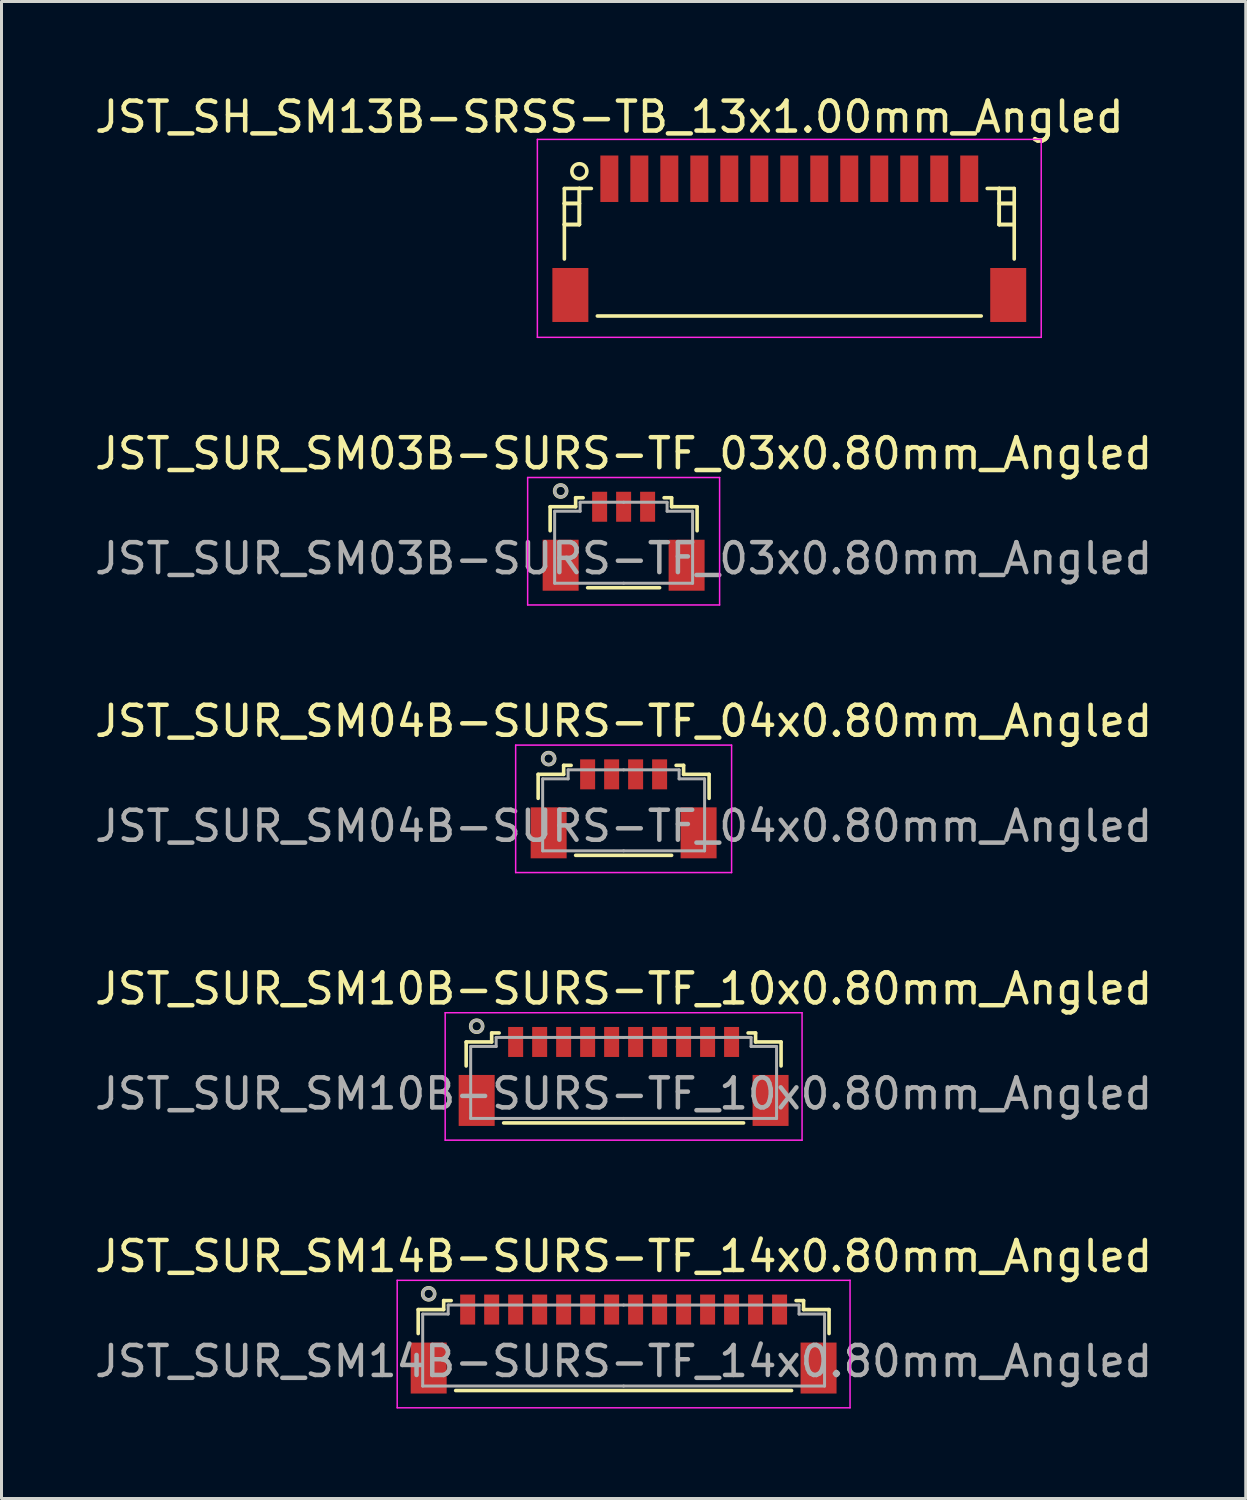
<source format=kicad_pcb>
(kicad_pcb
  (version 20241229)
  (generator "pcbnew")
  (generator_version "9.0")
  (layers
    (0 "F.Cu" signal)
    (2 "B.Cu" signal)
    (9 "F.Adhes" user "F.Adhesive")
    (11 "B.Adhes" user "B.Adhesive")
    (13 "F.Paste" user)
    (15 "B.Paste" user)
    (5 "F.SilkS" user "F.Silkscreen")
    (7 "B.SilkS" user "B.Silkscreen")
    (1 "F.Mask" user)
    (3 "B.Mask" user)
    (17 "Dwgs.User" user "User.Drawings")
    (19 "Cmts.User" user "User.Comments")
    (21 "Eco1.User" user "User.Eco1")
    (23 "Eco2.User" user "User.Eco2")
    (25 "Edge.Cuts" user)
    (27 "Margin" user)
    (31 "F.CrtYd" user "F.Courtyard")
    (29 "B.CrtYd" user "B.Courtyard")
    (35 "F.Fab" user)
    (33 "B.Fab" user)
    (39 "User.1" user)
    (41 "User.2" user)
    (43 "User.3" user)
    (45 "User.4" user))
  (footprint "JST_SH_SM13B-SRSS-TB_13x1.00mm_Angled"
    (layer "F.Cu")
    (at 23.268 4.848)
    (property "Reference" "JST_SH_SM13B-SRSS-TB_13x1.00mm_Angled" (at -6 -4 0) (layer "F.SilkS") (effects (font (size 1 1) (thickness 0.15))))
    (attr smd)
    (fp_line (start -7.5 -1.613) (end -6.6 -1.613) (stroke (width 0.12) (type solid)) (layer "F.SilkS"))
    (fp_line (start -7.5 -1.113) (end -7.5 -1.113) (stroke (width 0.12) (type solid)) (layer "F.SilkS"))
    (fp_line (start -7.5 -1.113) (end -7 -1.113) (stroke (width 0.12) (type solid)) (layer "F.SilkS"))
    (fp_line (start -7.5 -0.412) (end -7.5 -0.412) (stroke (width 0.12) (type solid)) (layer "F.SilkS"))
    (fp_line (start -7.5 -0.412) (end -7 -0.412) (stroke (width 0.12) (type solid)) (layer "F.SilkS"))
    (fp_line (start -7.5 0.738) (end -7.5 -1.613) (stroke (width 0.12) (type solid)) (layer "F.SilkS"))
    (fp_line (start -7 -1.613) (end -7 -1.613) (stroke (width 0.12) (type solid)) (layer "F.SilkS"))
    (fp_line (start -7 -1.613) (end -7 -0.412) (stroke (width 0.12) (type solid)) (layer "F.SilkS"))
    (fp_line (start -7 -1.113) (end -7.5 -1.113) (stroke (width 0.12) (type solid)) (layer "F.SilkS"))
    (fp_line (start -7 -1.113) (end -7 -1.113) (stroke (width 0.12) (type solid)) (layer "F.SilkS"))
    (fp_line (start -7 -0.412) (end -7.5 -0.412) (stroke (width 0.12) (type solid)) (layer "F.SilkS"))
    (fp_line (start -7 -0.412) (end -7 -1.613) (stroke (width 0.12) (type solid)) (layer "F.SilkS"))
    (fp_line (start -7 -0.412) (end -7 -0.412) (stroke (width 0.12) (type solid)) (layer "F.SilkS"))
    (fp_line (start -7 -0.412) (end -7 -0.412) (stroke (width 0.12) (type solid)) (layer "F.SilkS"))
    (fp_line (start -6.4 2.638) (end 6.4 2.638) (stroke (width 0.12) (type solid)) (layer "F.SilkS"))
    (fp_line (start 7 -1.613) (end 7 -1.613) (stroke (width 0.12) (type solid)) (layer "F.SilkS"))
    (fp_line (start 7 -1.613) (end 7 -0.412) (stroke (width 0.12) (type solid)) (layer "F.SilkS"))
    (fp_line (start 7 -1.113) (end 7 -1.113) (stroke (width 0.12) (type solid)) (layer "F.SilkS"))
    (fp_line (start 7 -1.113) (end 7.5 -1.113) (stroke (width 0.12) (type solid)) (layer "F.SilkS"))
    (fp_line (start 7 -0.412) (end 7 -1.613) (stroke (width 0.12) (type solid)) (layer "F.SilkS"))
    (fp_line (start 7 -0.412) (end 7 -0.412) (stroke (width 0.12) (type solid)) (layer "F.SilkS"))
    (fp_line (start 7 -0.412) (end 7 -0.412) (stroke (width 0.12) (type solid)) (layer "F.SilkS"))
    (fp_line (start 7 -0.412) (end 7.5 -0.412) (stroke (width 0.12) (type solid)) (layer "F.SilkS"))
    (fp_line (start 7.5 -1.613) (end 6.6 -1.613) (stroke (width 0.12) (type solid)) (layer "F.SilkS"))
    (fp_line (start 7.5 -1.113) (end 7 -1.113) (stroke (width 0.12) (type solid)) (layer "F.SilkS"))
    (fp_line (start 7.5 -1.113) (end 7.5 -1.113) (stroke (width 0.12) (type solid)) (layer "F.SilkS"))
    (fp_line (start 7.5 -0.412) (end 7 -0.412) (stroke (width 0.12) (type solid)) (layer "F.SilkS"))
    (fp_line (start 7.5 -0.412) (end 7.5 -0.412) (stroke (width 0.12) (type solid)) (layer "F.SilkS"))
    (fp_line (start 7.5 0.738) (end 7.5 -1.613) (stroke (width 0.12) (type solid)) (layer "F.SilkS"))
    (fp_circle (center -7 -2.188) (end -6.75 -2.188) (stroke (width 0.12) (type solid)) (fill no) (layer "F.SilkS"))
    (fp_line (start -8.4 -3.25) (end 8.4 -3.25) (stroke (width 0.05) (type solid)) (layer "F.CrtYd"))
    (fp_line (start -8.4 3.35) (end -8.4 -3.25) (stroke (width 0.05) (type solid)) (layer "F.CrtYd"))
    (fp_line (start 8.4 -3.25) (end 8.4 3.35) (stroke (width 0.05) (type solid)) (layer "F.CrtYd"))
    (fp_line (start 8.4 3.35) (end -8.4 3.35) (stroke (width 0.05) (type solid)) (layer "F.CrtYd"))
    (pad "" smd rect (at -7.3 1.938) (size 1.2 1.8) (layers "F.Cu" "F.Mask" "F.Paste"))
    (pad "" smd rect (at 7.3 1.938) (size 1.2 1.8) (layers "F.Cu" "F.Mask" "F.Paste"))
    (pad "1" smd rect (at -6 -1.938) (size 0.6 1.55) (layers "F.Cu" "F.Mask" "F.Paste"))
    (pad "2" smd rect (at -5 -1.938) (size 0.6 1.55) (layers "F.Cu" "F.Mask" "F.Paste"))
    (pad "3" smd rect (at -4 -1.938) (size 0.6 1.55) (layers "F.Cu" "F.Mask" "F.Paste"))
    (pad "4" smd rect (at -3 -1.938) (size 0.6 1.55) (layers "F.Cu" "F.Mask" "F.Paste"))
    (pad "5" smd rect (at -2 -1.938) (size 0.6 1.55) (layers "F.Cu" "F.Mask" "F.Paste"))
    (pad "6" smd rect (at -1 -1.938) (size 0.6 1.55) (layers "F.Cu" "F.Mask" "F.Paste"))
    (pad "7" smd rect (at 0 -1.938) (size 0.6 1.55) (layers "F.Cu" "F.Mask" "F.Paste"))
    (pad "8" smd rect (at 1 -1.938) (size 0.6 1.55) (layers "F.Cu" "F.Mask" "F.Paste"))
    (pad "9" smd rect (at 2 -1.938) (size 0.6 1.55) (layers "F.Cu" "F.Mask" "F.Paste"))
    (pad "10" smd rect (at 3 -1.938) (size 0.6 1.55) (layers "F.Cu" "F.Mask" "F.Paste"))
    (pad "11" smd rect (at 4 -1.938) (size 0.6 1.55) (layers "F.Cu" "F.Mask" "F.Paste"))
    (pad "12" smd rect (at 5 -1.938) (size 0.6 1.55) (layers "F.Cu" "F.Mask" "F.Paste"))
    (pad "13" smd rect (at 6 -1.938) (size 0.6 1.55) (layers "F.Cu" "F.Mask" "F.Paste")))
  (footprint "JST_SUR_SM14B-SURS-TF_14x0.80mm_Angled"
    (layer "F.Cu")
    (at 17.744 41.591)
    (property "Reference" "JST_SUR_SM14B-SURS-TF_14x0.80mm_Angled" (at 0 -2.75 0) (layer "F.SilkS") (effects (font (size 1 1) (thickness 0.15))))
    (attr smd)
    (fp_line (start -6.85 -0.975) (end -6.85 -0.175) (stroke (width 0.12) (type solid)) (layer "F.SilkS"))
    (fp_line (start -6 -1.275) (end -6 -0.975) (stroke (width 0.12) (type solid)) (layer "F.SilkS"))
    (fp_line (start -6 -0.975) (end -6.85 -0.975) (stroke (width 0.12) (type solid)) (layer "F.SilkS"))
    (fp_line (start -5.75 -1.275) (end -6 -1.275) (stroke (width 0.12) (type solid)) (layer "F.SilkS"))
    (fp_line (start -5.6 1.725) (end 5.6 1.725) (stroke (width 0.12) (type solid)) (layer "F.SilkS"))
    (fp_line (start 5.75 -1.275) (end 6 -1.275) (stroke (width 0.12) (type solid)) (layer "F.SilkS"))
    (fp_line (start 6 -1.275) (end 6 -0.975) (stroke (width 0.12) (type solid)) (layer "F.SilkS"))
    (fp_line (start 6 -0.975) (end 6.85 -0.975) (stroke (width 0.12) (type solid)) (layer "F.SilkS"))
    (fp_line (start 6.85 -0.975) (end 6.85 -0.175) (stroke (width 0.12) (type solid)) (layer "F.SilkS"))
    (fp_circle (center -6.5 -1.5) (end -6.3 -1.5) (stroke (width 0.12) (type solid)) (fill no) (layer "F.SilkS"))
    (fp_line (start -7.55 -1.95) (end 7.55 -1.95) (stroke (width 0.05) (type solid)) (layer "F.CrtYd"))
    (fp_line (start -7.55 2.3) (end -7.55 -1.95) (stroke (width 0.05) (type solid)) (layer "F.CrtYd"))
    (fp_line (start 7.55 -1.95) (end 7.55 2.3) (stroke (width 0.05) (type solid)) (layer "F.CrtYd"))
    (fp_line (start 7.55 2.3) (end -7.55 2.3) (stroke (width 0.05) (type solid)) (layer "F.CrtYd"))
    (fp_line (start -6.7 -0.825) (end -6.7 1.575) (stroke (width 0.1) (type solid)) (layer "F.Fab"))
    (fp_line (start -6.7 1.575) (end 0 1.575) (stroke (width 0.1) (type solid)) (layer "F.Fab"))
    (fp_line (start -5.85 -1.125) (end -5.85 -0.825) (stroke (width 0.1) (type solid)) (layer "F.Fab"))
    (fp_line (start -5.85 -0.825) (end -6.7 -0.825) (stroke (width 0.1) (type solid)) (layer "F.Fab"))
    (fp_line (start 0 -1.125) (end -5.85 -1.125) (stroke (width 0.1) (type solid)) (layer "F.Fab"))
    (fp_line (start 0 -1.125) (end 5.85 -1.125) (stroke (width 0.1) (type solid)) (layer "F.Fab"))
    (fp_line (start 5.85 -1.125) (end 5.85 -0.825) (stroke (width 0.1) (type solid)) (layer "F.Fab"))
    (fp_line (start 5.85 -0.825) (end 6.7 -0.825) (stroke (width 0.1) (type solid)) (layer "F.Fab"))
    (fp_line (start 6.7 -0.825) (end 6.7 1.575) (stroke (width 0.1) (type solid)) (layer "F.Fab"))
    (fp_line (start 6.7 1.575) (end 0 1.575) (stroke (width 0.1) (type solid)) (layer "F.Fab"))
    (fp_circle (center -6.5 -1.5) (end -6.3 -1.5) (stroke (width 0.1) (type solid)) (fill no) (layer "F.Fab"))
    (fp_text user "${REFERENCE}" (at 0 0.75 0) (layer "F.Fab") (effects (font (size 1 1) (thickness 0.15))))
    (pad "" smd rect (at -6.5 0.975) (size 1.2 1.7) (layers "F.Cu" "F.Mask" "F.Paste"))
    (pad "" smd rect (at 6.5 0.975) (size 1.2 1.7) (layers "F.Cu" "F.Mask" "F.Paste"))
    (pad "1" smd rect (at -5.2 -0.975) (size 0.5 1) (layers "F.Cu" "F.Mask" "F.Paste"))
    (pad "2" smd rect (at -4.4 -0.975) (size 0.5 1) (layers "F.Cu" "F.Mask" "F.Paste"))
    (pad "3" smd rect (at -3.6 -0.975) (size 0.5 1) (layers "F.Cu" "F.Mask" "F.Paste"))
    (pad "4" smd rect (at -2.8 -0.975) (size 0.5 1) (layers "F.Cu" "F.Mask" "F.Paste"))
    (pad "5" smd rect (at -2 -0.975) (size 0.5 1) (layers "F.Cu" "F.Mask" "F.Paste"))
    (pad "6" smd rect (at -1.2 -0.975) (size 0.5 1) (layers "F.Cu" "F.Mask" "F.Paste"))
    (pad "7" smd rect (at -0.4 -0.975) (size 0.5 1) (layers "F.Cu" "F.Mask" "F.Paste"))
    (pad "8" smd rect (at 0.4 -0.975) (size 0.5 1) (layers "F.Cu" "F.Mask" "F.Paste"))
    (pad "9" smd rect (at 1.2 -0.975) (size 0.5 1) (layers "F.Cu" "F.Mask" "F.Paste"))
    (pad "10" smd rect (at 2 -0.975) (size 0.5 1) (layers "F.Cu" "F.Mask" "F.Paste"))
    (pad "11" smd rect (at 2.8 -0.975) (size 0.5 1) (layers "F.Cu" "F.Mask" "F.Paste"))
    (pad "12" smd rect (at 3.6 -0.975) (size 0.5 1) (layers "F.Cu" "F.Mask" "F.Paste"))
    (pad "13" smd rect (at 4.4 -0.975) (size 0.5 1) (layers "F.Cu" "F.Mask" "F.Paste"))
    (pad "14" smd rect (at 5.2 -0.975) (size 0.5 1) (layers "F.Cu" "F.Mask" "F.Paste")))
  (footprint "JST_SUR_SM04B-SURS-TF_04x0.80mm_Angled"
    (layer "F.Cu")
    (at 17.744 23.745)
    (property "Reference" "JST_SUR_SM04B-SURS-TF_04x0.80mm_Angled" (at 0 -2.75 0) (layer "F.SilkS") (effects (font (size 1 1) (thickness 0.15))))
    (attr smd)
    (fp_line (start -2.85 -0.975) (end -2.85 -0.175) (stroke (width 0.12) (type solid)) (layer "F.SilkS"))
    (fp_line (start -2 -1.275) (end -2 -0.975) (stroke (width 0.12) (type solid)) (layer "F.SilkS"))
    (fp_line (start -2 -0.975) (end -2.85 -0.975) (stroke (width 0.12) (type solid)) (layer "F.SilkS"))
    (fp_line (start -1.75 -1.275) (end -2 -1.275) (stroke (width 0.12) (type solid)) (layer "F.SilkS"))
    (fp_line (start -1.6 1.725) (end 1.6 1.725) (stroke (width 0.12) (type solid)) (layer "F.SilkS"))
    (fp_line (start 1.75 -1.275) (end 2 -1.275) (stroke (width 0.12) (type solid)) (layer "F.SilkS"))
    (fp_line (start 2 -1.275) (end 2 -0.975) (stroke (width 0.12) (type solid)) (layer "F.SilkS"))
    (fp_line (start 2 -0.975) (end 2.85 -0.975) (stroke (width 0.12) (type solid)) (layer "F.SilkS"))
    (fp_line (start 2.85 -0.975) (end 2.85 -0.175) (stroke (width 0.12) (type solid)) (layer "F.SilkS"))
    (fp_circle (center -2.5 -1.5) (end -2.3 -1.5) (stroke (width 0.12) (type solid)) (fill no) (layer "F.SilkS"))
    (fp_line (start -3.6 -1.95) (end 3.6 -1.95) (stroke (width 0.05) (type solid)) (layer "F.CrtYd"))
    (fp_line (start -3.6 2.3) (end -3.6 -1.95) (stroke (width 0.05) (type solid)) (layer "F.CrtYd"))
    (fp_line (start 3.6 -1.95) (end 3.6 2.3) (stroke (width 0.05) (type solid)) (layer "F.CrtYd"))
    (fp_line (start 3.6 2.3) (end -3.6 2.3) (stroke (width 0.05) (type solid)) (layer "F.CrtYd"))
    (fp_line (start -2.7 -0.825) (end -2.7 1.575) (stroke (width 0.1) (type solid)) (layer "F.Fab"))
    (fp_line (start -2.7 1.575) (end 0 1.575) (stroke (width 0.1) (type solid)) (layer "F.Fab"))
    (fp_line (start -1.85 -1.125) (end -1.85 -0.825) (stroke (width 0.1) (type solid)) (layer "F.Fab"))
    (fp_line (start -1.85 -0.825) (end -2.7 -0.825) (stroke (width 0.1) (type solid)) (layer "F.Fab"))
    (fp_line (start 0 -1.125) (end -1.85 -1.125) (stroke (width 0.1) (type solid)) (layer "F.Fab"))
    (fp_line (start 0 -1.125) (end 1.85 -1.125) (stroke (width 0.1) (type solid)) (layer "F.Fab"))
    (fp_line (start 1.85 -1.125) (end 1.85 -0.825) (stroke (width 0.1) (type solid)) (layer "F.Fab"))
    (fp_line (start 1.85 -0.825) (end 2.7 -0.825) (stroke (width 0.1) (type solid)) (layer "F.Fab"))
    (fp_line (start 2.7 -0.825) (end 2.7 1.575) (stroke (width 0.1) (type solid)) (layer "F.Fab"))
    (fp_line (start 2.7 1.575) (end 0 1.575) (stroke (width 0.1) (type solid)) (layer "F.Fab"))
    (fp_circle (center -2.5 -1.5) (end -2.3 -1.5) (stroke (width 0.1) (type solid)) (fill no) (layer "F.Fab"))
    (fp_text user "${REFERENCE}" (at 0 0.75 0) (layer "F.Fab") (effects (font (size 1 1) (thickness 0.15))))
    (pad "" smd rect (at -2.5 0.975) (size 1.2 1.7) (layers "F.Cu" "F.Mask" "F.Paste"))
    (pad "" smd rect (at 2.5 0.975) (size 1.2 1.7) (layers "F.Cu" "F.Mask" "F.Paste"))
    (pad "1" smd rect (at -1.2 -0.975) (size 0.5 1) (layers "F.Cu" "F.Mask" "F.Paste"))
    (pad "2" smd rect (at -0.4 -0.975) (size 0.5 1) (layers "F.Cu" "F.Mask" "F.Paste"))
    (pad "3" smd rect (at 0.4 -0.975) (size 0.5 1) (layers "F.Cu" "F.Mask" "F.Paste"))
    (pad "4" smd rect (at 1.2 -0.975) (size 0.5 1) (layers "F.Cu" "F.Mask" "F.Paste")))
  (footprint "JST_SUR_SM10B-SURS-TF_10x0.80mm_Angled"
    (layer "F.Cu")
    (at 17.744 32.668)
    (property "Reference" "JST_SUR_SM10B-SURS-TF_10x0.80mm_Angled" (at 0 -2.75 0) (layer "F.SilkS") (effects (font (size 1 1) (thickness 0.15))))
    (attr smd)
    (fp_line (start -5.25 -0.975) (end -5.25 -0.175) (stroke (width 0.12) (type solid)) (layer "F.SilkS"))
    (fp_line (start -4.4 -1.275) (end -4.4 -0.975) (stroke (width 0.12) (type solid)) (layer "F.SilkS"))
    (fp_line (start -4.4 -0.975) (end -5.25 -0.975) (stroke (width 0.12) (type solid)) (layer "F.SilkS"))
    (fp_line (start -4.15 -1.275) (end -4.4 -1.275) (stroke (width 0.12) (type solid)) (layer "F.SilkS"))
    (fp_line (start -4 1.725) (end 4 1.725) (stroke (width 0.12) (type solid)) (layer "F.SilkS"))
    (fp_line (start 4.15 -1.275) (end 4.4 -1.275) (stroke (width 0.12) (type solid)) (layer "F.SilkS"))
    (fp_line (start 4.4 -1.275) (end 4.4 -0.975) (stroke (width 0.12) (type solid)) (layer "F.SilkS"))
    (fp_line (start 4.4 -0.975) (end 5.25 -0.975) (stroke (width 0.12) (type solid)) (layer "F.SilkS"))
    (fp_line (start 5.25 -0.975) (end 5.25 -0.175) (stroke (width 0.12) (type solid)) (layer "F.SilkS"))
    (fp_circle (center -4.9 -1.5) (end -4.7 -1.5) (stroke (width 0.12) (type solid)) (fill no) (layer "F.SilkS"))
    (fp_line (start -5.95 -1.95) (end 5.95 -1.95) (stroke (width 0.05) (type solid)) (layer "F.CrtYd"))
    (fp_line (start -5.95 2.3) (end -5.95 -1.95) (stroke (width 0.05) (type solid)) (layer "F.CrtYd"))
    (fp_line (start 5.95 -1.95) (end 5.95 2.3) (stroke (width 0.05) (type solid)) (layer "F.CrtYd"))
    (fp_line (start 5.95 2.3) (end -5.95 2.3) (stroke (width 0.05) (type solid)) (layer "F.CrtYd"))
    (fp_line (start -5.1 -0.825) (end -5.1 1.575) (stroke (width 0.1) (type solid)) (layer "F.Fab"))
    (fp_line (start -5.1 1.575) (end 0 1.575) (stroke (width 0.1) (type solid)) (layer "F.Fab"))
    (fp_line (start -4.25 -1.125) (end -4.25 -0.825) (stroke (width 0.1) (type solid)) (layer "F.Fab"))
    (fp_line (start -4.25 -0.825) (end -5.1 -0.825) (stroke (width 0.1) (type solid)) (layer "F.Fab"))
    (fp_line (start 0 -1.125) (end -4.25 -1.125) (stroke (width 0.1) (type solid)) (layer "F.Fab"))
    (fp_line (start 0 -1.125) (end 4.25 -1.125) (stroke (width 0.1) (type solid)) (layer "F.Fab"))
    (fp_line (start 4.25 -1.125) (end 4.25 -0.825) (stroke (width 0.1) (type solid)) (layer "F.Fab"))
    (fp_line (start 4.25 -0.825) (end 5.1 -0.825) (stroke (width 0.1) (type solid)) (layer "F.Fab"))
    (fp_line (start 5.1 -0.825) (end 5.1 1.575) (stroke (width 0.1) (type solid)) (layer "F.Fab"))
    (fp_line (start 5.1 1.575) (end 0 1.575) (stroke (width 0.1) (type solid)) (layer "F.Fab"))
    (fp_circle (center -4.9 -1.5) (end -4.7 -1.5) (stroke (width 0.1) (type solid)) (fill no) (layer "F.Fab"))
    (fp_text user "${REFERENCE}" (at 0 0.75 0) (layer "F.Fab") (effects (font (size 1 1) (thickness 0.15))))
    (pad "" smd rect (at -4.9 0.975) (size 1.2 1.7) (layers "F.Cu" "F.Mask" "F.Paste"))
    (pad "" smd rect (at 4.9 0.975) (size 1.2 1.7) (layers "F.Cu" "F.Mask" "F.Paste"))
    (pad "1" smd rect (at -3.6 -0.975) (size 0.5 1) (layers "F.Cu" "F.Mask" "F.Paste"))
    (pad "2" smd rect (at -2.8 -0.975) (size 0.5 1) (layers "F.Cu" "F.Mask" "F.Paste"))
    (pad "3" smd rect (at -2 -0.975) (size 0.5 1) (layers "F.Cu" "F.Mask" "F.Paste"))
    (pad "4" smd rect (at -1.2 -0.975) (size 0.5 1) (layers "F.Cu" "F.Mask" "F.Paste"))
    (pad "5" smd rect (at -0.4 -0.975) (size 0.5 1) (layers "F.Cu" "F.Mask" "F.Paste"))
    (pad "6" smd rect (at 0.4 -0.975) (size 0.5 1) (layers "F.Cu" "F.Mask" "F.Paste"))
    (pad "7" smd rect (at 1.2 -0.975) (size 0.5 1) (layers "F.Cu" "F.Mask" "F.Paste"))
    (pad "8" smd rect (at 2 -0.975) (size 0.5 1) (layers "F.Cu" "F.Mask" "F.Paste"))
    (pad "9" smd rect (at 2.8 -0.975) (size 0.5 1) (layers "F.Cu" "F.Mask" "F.Paste"))
    (pad "10" smd rect (at 3.6 -0.975) (size 0.5 1) (layers "F.Cu" "F.Mask" "F.Paste")))
  (footprint "JST_SUR_SM03B-SURS-TF_03x0.80mm_Angled"
    (layer "F.Cu")
    (at 17.744 14.822)
    (property "Reference" "JST_SUR_SM03B-SURS-TF_03x0.80mm_Angled" (at 0 -2.75 0) (layer "F.SilkS") (effects (font (size 1 1) (thickness 0.15))))
    (attr smd)
    (fp_line (start -2.45 -0.975) (end -2.45 -0.175) (stroke (width 0.12) (type solid)) (layer "F.SilkS"))
    (fp_line (start -1.6 -1.275) (end -1.6 -0.975) (stroke (width 0.12) (type solid)) (layer "F.SilkS"))
    (fp_line (start -1.6 -0.975) (end -2.45 -0.975) (stroke (width 0.12) (type solid)) (layer "F.SilkS"))
    (fp_line (start -1.35 -1.275) (end -1.6 -1.275) (stroke (width 0.12) (type solid)) (layer "F.SilkS"))
    (fp_line (start -1.2 1.725) (end 1.2 1.725) (stroke (width 0.12) (type solid)) (layer "F.SilkS"))
    (fp_line (start 1.35 -1.275) (end 1.6 -1.275) (stroke (width 0.12) (type solid)) (layer "F.SilkS"))
    (fp_line (start 1.6 -1.275) (end 1.6 -0.975) (stroke (width 0.12) (type solid)) (layer "F.SilkS"))
    (fp_line (start 1.6 -0.975) (end 2.45 -0.975) (stroke (width 0.12) (type solid)) (layer "F.SilkS"))
    (fp_line (start 2.45 -0.975) (end 2.45 -0.175) (stroke (width 0.12) (type solid)) (layer "F.SilkS"))
    (fp_circle (center -2.1 -1.5) (end -1.9 -1.5) (stroke (width 0.12) (type solid)) (fill no) (layer "F.SilkS"))
    (fp_line (start -3.2 -1.95) (end 3.2 -1.95) (stroke (width 0.05) (type solid)) (layer "F.CrtYd"))
    (fp_line (start -3.2 2.3) (end -3.2 -1.95) (stroke (width 0.05) (type solid)) (layer "F.CrtYd"))
    (fp_line (start 3.2 -1.95) (end 3.2 2.3) (stroke (width 0.05) (type solid)) (layer "F.CrtYd"))
    (fp_line (start 3.2 2.3) (end -3.2 2.3) (stroke (width 0.05) (type solid)) (layer "F.CrtYd"))
    (fp_line (start -2.3 -0.825) (end -2.3 1.575) (stroke (width 0.1) (type solid)) (layer "F.Fab"))
    (fp_line (start -2.3 1.575) (end 0 1.575) (stroke (width 0.1) (type solid)) (layer "F.Fab"))
    (fp_line (start -1.45 -1.125) (end -1.45 -0.825) (stroke (width 0.1) (type solid)) (layer "F.Fab"))
    (fp_line (start -1.45 -0.825) (end -2.3 -0.825) (stroke (width 0.1) (type solid)) (layer "F.Fab"))
    (fp_line (start 0 -1.125) (end -1.45 -1.125) (stroke (width 0.1) (type solid)) (layer "F.Fab"))
    (fp_line (start 0 -1.125) (end 1.45 -1.125) (stroke (width 0.1) (type solid)) (layer "F.Fab"))
    (fp_line (start 1.45 -1.125) (end 1.45 -0.825) (stroke (width 0.1) (type solid)) (layer "F.Fab"))
    (fp_line (start 1.45 -0.825) (end 2.3 -0.825) (stroke (width 0.1) (type solid)) (layer "F.Fab"))
    (fp_line (start 2.3 -0.825) (end 2.3 1.575) (stroke (width 0.1) (type solid)) (layer "F.Fab"))
    (fp_line (start 2.3 1.575) (end 0 1.575) (stroke (width 0.1) (type solid)) (layer "F.Fab"))
    (fp_circle (center -2.1 -1.5) (end -1.9 -1.5) (stroke (width 0.1) (type solid)) (fill no) (layer "F.Fab"))
    (fp_text user "${REFERENCE}" (at 0 0.75 0) (layer "F.Fab") (effects (font (size 1 1) (thickness 0.15))))
    (pad "" smd rect (at -2.1 0.975) (size 1.2 1.7) (layers "F.Cu" "F.Mask" "F.Paste"))
    (pad "" smd rect (at 2.1 0.975) (size 1.2 1.7) (layers "F.Cu" "F.Mask" "F.Paste"))
    (pad "1" smd rect (at -0.8 -0.975) (size 0.5 1) (layers "F.Cu" "F.Mask" "F.Paste"))
    (pad "2" smd rect (at 0 -0.975) (size 0.5 1) (layers "F.Cu" "F.Mask" "F.Paste"))
    (pad "3" smd rect (at 0.8 -0.975) (size 0.5 1) (layers "F.Cu" "F.Mask" "F.Paste")))
  (gr_rect
    (start -3 -3)
    (end 38.488 46.916)
    (stroke (width 0.1) (type default))
    (fill no)
    (layer "Edge.Cuts")))
</source>
